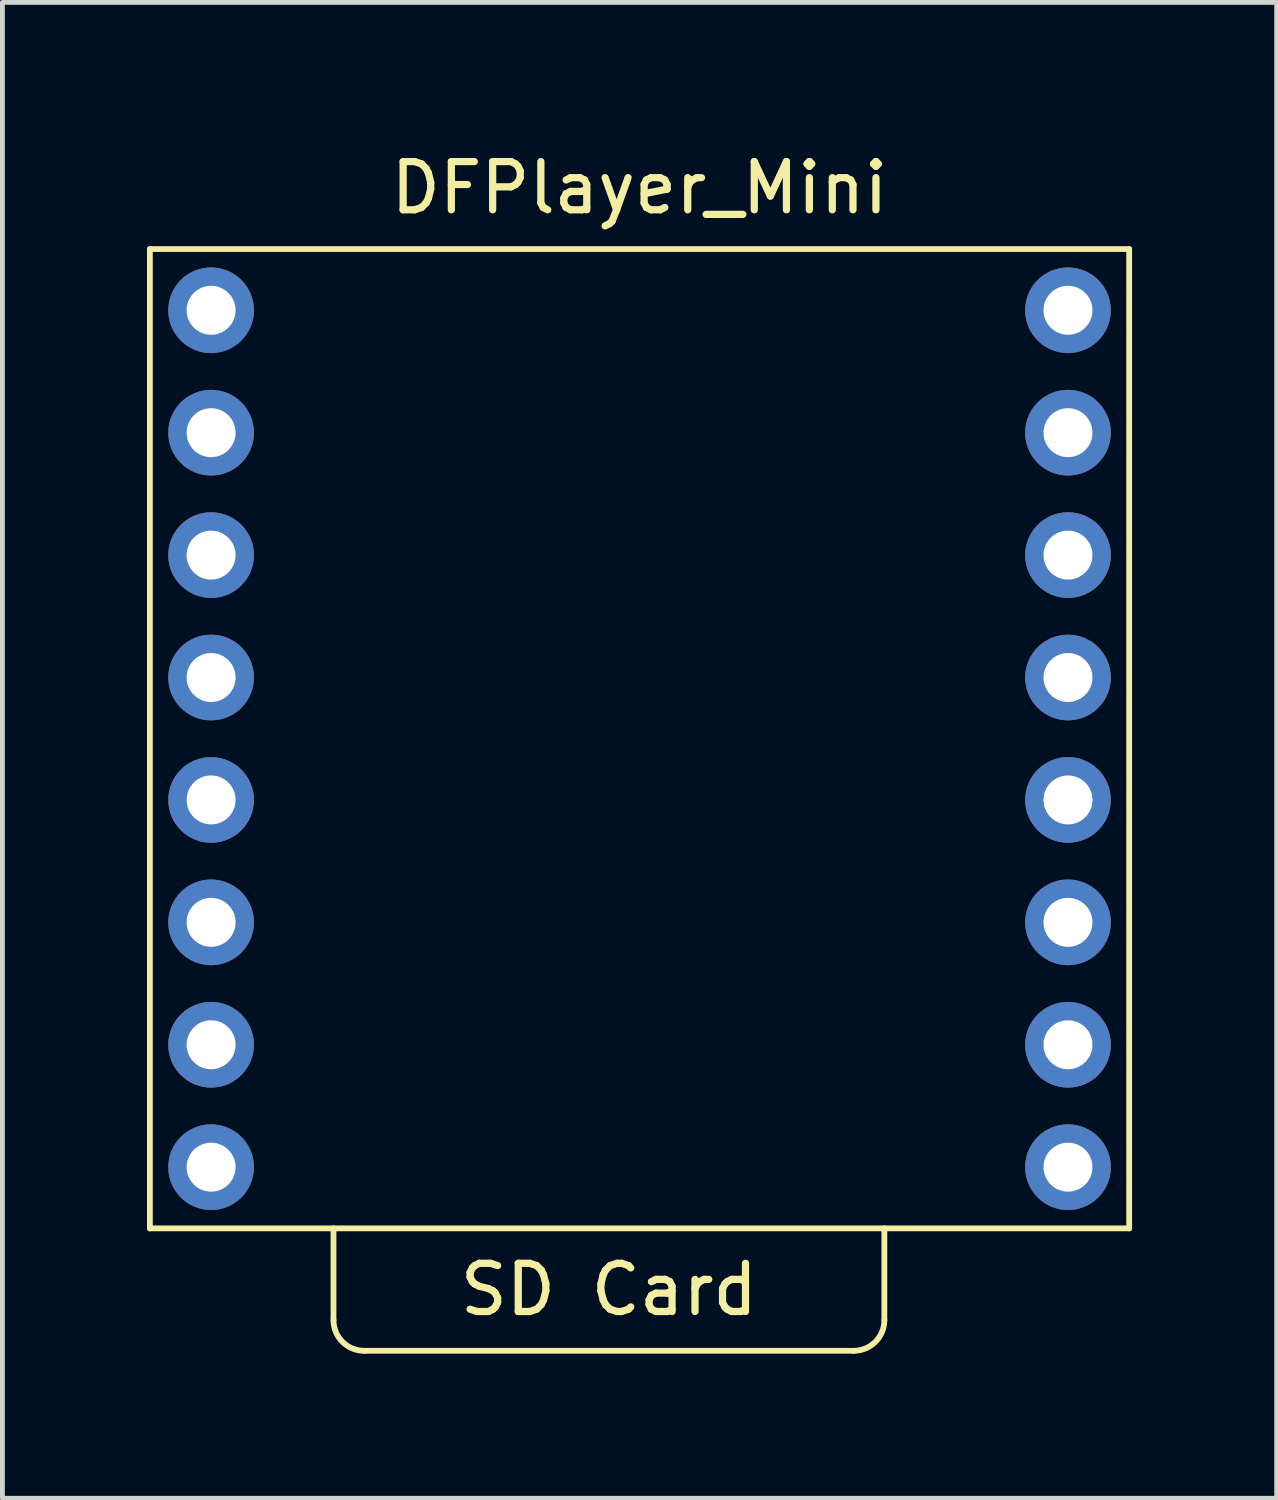
<source format=kicad_pcb>
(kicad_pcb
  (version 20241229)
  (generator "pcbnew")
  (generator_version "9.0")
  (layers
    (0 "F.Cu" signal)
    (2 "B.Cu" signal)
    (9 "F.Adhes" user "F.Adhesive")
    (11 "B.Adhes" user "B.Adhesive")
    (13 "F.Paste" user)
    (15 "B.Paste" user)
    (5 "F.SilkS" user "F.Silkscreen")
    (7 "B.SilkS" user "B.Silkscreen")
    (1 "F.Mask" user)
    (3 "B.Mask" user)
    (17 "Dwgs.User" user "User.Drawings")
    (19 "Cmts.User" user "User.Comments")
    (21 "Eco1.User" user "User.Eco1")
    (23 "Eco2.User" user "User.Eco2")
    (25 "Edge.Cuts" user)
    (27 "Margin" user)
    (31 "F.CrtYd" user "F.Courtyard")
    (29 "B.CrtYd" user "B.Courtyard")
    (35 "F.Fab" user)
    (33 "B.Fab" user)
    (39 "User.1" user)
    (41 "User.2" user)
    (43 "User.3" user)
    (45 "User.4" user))
  (footprint "DFPlayer_Mini"
    (layer "F.Cu")
    (at 10.22 12.278)
    (property "Reference" "DFPlayer_Mini" (at 0 -11.43 0) (layer "F.SilkS") (effects (font (size 1 1) (thickness 0.15))))
    (attr through_hole)
    (fp_line (start -10.16 -10.16) (end 10.16 -10.16) (stroke (width 0.12) (type solid)) (layer "F.SilkS"))
    (fp_line (start -10.16 10.16) (end -10.16 -10.16) (stroke (width 0.12) (type solid)) (layer "F.SilkS"))
    (fp_line (start -6.35 12.065) (end -6.35 10.16) (stroke (width 0.12) (type solid)) (layer "F.SilkS"))
    (fp_line (start -5.715 12.7) (end 4.445 12.7) (stroke (width 0.12) (type solid)) (layer "F.SilkS"))
    (fp_line (start 5.08 12.065) (end 5.08 10.16) (stroke (width 0.12) (type solid)) (layer "F.SilkS"))
    (fp_line (start 10.16 -10.16) (end 10.16 10.16) (stroke (width 0.12) (type solid)) (layer "F.SilkS"))
    (fp_line (start 10.16 10.16) (end -10.16 10.16) (stroke (width 0.12) (type solid)) (layer "F.SilkS"))
    (fp_arc (start -5.715 12.7) (mid -6.164013 12.514013) (end -6.35 12.065) (stroke (width 0.12) (type solid)) (layer "F.SilkS"))
    (fp_arc (start 5.08 12.065) (mid 4.894013 12.514013) (end 4.445 12.7) (stroke (width 0.12) (type solid)) (layer "F.SilkS"))
    (fp_text user "SD Card" (at -0.635 11.43 0) (layer "F.SilkS") (effects (font (size 1 1) (thickness 0.15))))
    (pad "1" thru_hole circle (at -8.89 -8.89) (size 1.778 1.778) (drill 1.016) (layers "*.Cu" "*.Mask"))
    (pad "2" thru_hole circle (at -8.89 -6.35) (size 1.778 1.778) (drill 1.016) (layers "*.Cu" "*.Mask"))
    (pad "3" thru_hole circle (at -8.89 -3.81) (size 1.778 1.778) (drill 1.016) (layers "*.Cu" "*.Mask"))
    (pad "4" thru_hole circle (at -8.89 -1.27) (size 1.778 1.778) (drill 1.016) (layers "*.Cu" "*.Mask"))
    (pad "5" thru_hole circle (at -8.89 1.27) (size 1.778 1.778) (drill 1.016) (layers "*.Cu" "*.Mask"))
    (pad "6" thru_hole circle (at -8.89 3.81) (size 1.778 1.778) (drill 1.016) (layers "*.Cu" "*.Mask"))
    (pad "7" thru_hole circle (at -8.89 6.35) (size 1.778 1.778) (drill 1.016) (layers "*.Cu" "*.Mask"))
    (pad "8" thru_hole circle (at -8.89 8.89) (size 1.778 1.778) (drill 1.016) (layers "*.Cu" "*.Mask"))
    (pad "9" thru_hole circle (at 8.89 8.89) (size 1.778 1.778) (drill 1.016) (layers "*.Cu" "*.Mask"))
    (pad "10" thru_hole circle (at 8.89 6.35) (size 1.778 1.778) (drill 1.016) (layers "*.Cu" "*.Mask"))
    (pad "11" thru_hole circle (at 8.89 3.81) (size 1.778 1.778) (drill 1.016) (layers "*.Cu" "*.Mask"))
    (pad "12" thru_hole circle (at 8.89 1.27) (size 1.778 1.778) (drill 1.016) (layers "*.Cu" "*.Mask"))
    (pad "13" thru_hole circle (at 8.89 -1.27) (size 1.778 1.778) (drill 1.016) (layers "*.Cu" "*.Mask"))
    (pad "14" thru_hole circle (at 8.89 -3.81) (size 1.778 1.778) (drill 1.016) (layers "*.Cu" "*.Mask"))
    (pad "15" thru_hole circle (at 8.89 -6.35) (size 1.778 1.778) (drill 1.016) (layers "*.Cu" "*.Mask"))
    (pad "16" thru_hole circle (at 8.89 -8.89) (size 1.778 1.778) (drill 1.016) (layers "*.Cu" "*.Mask")))
  (gr_rect
    (start -3 -3)
    (end 23.44 28.038)
    (stroke (width 0.1) (type default))
    (fill no)
    (layer "Edge.Cuts")))
</source>
